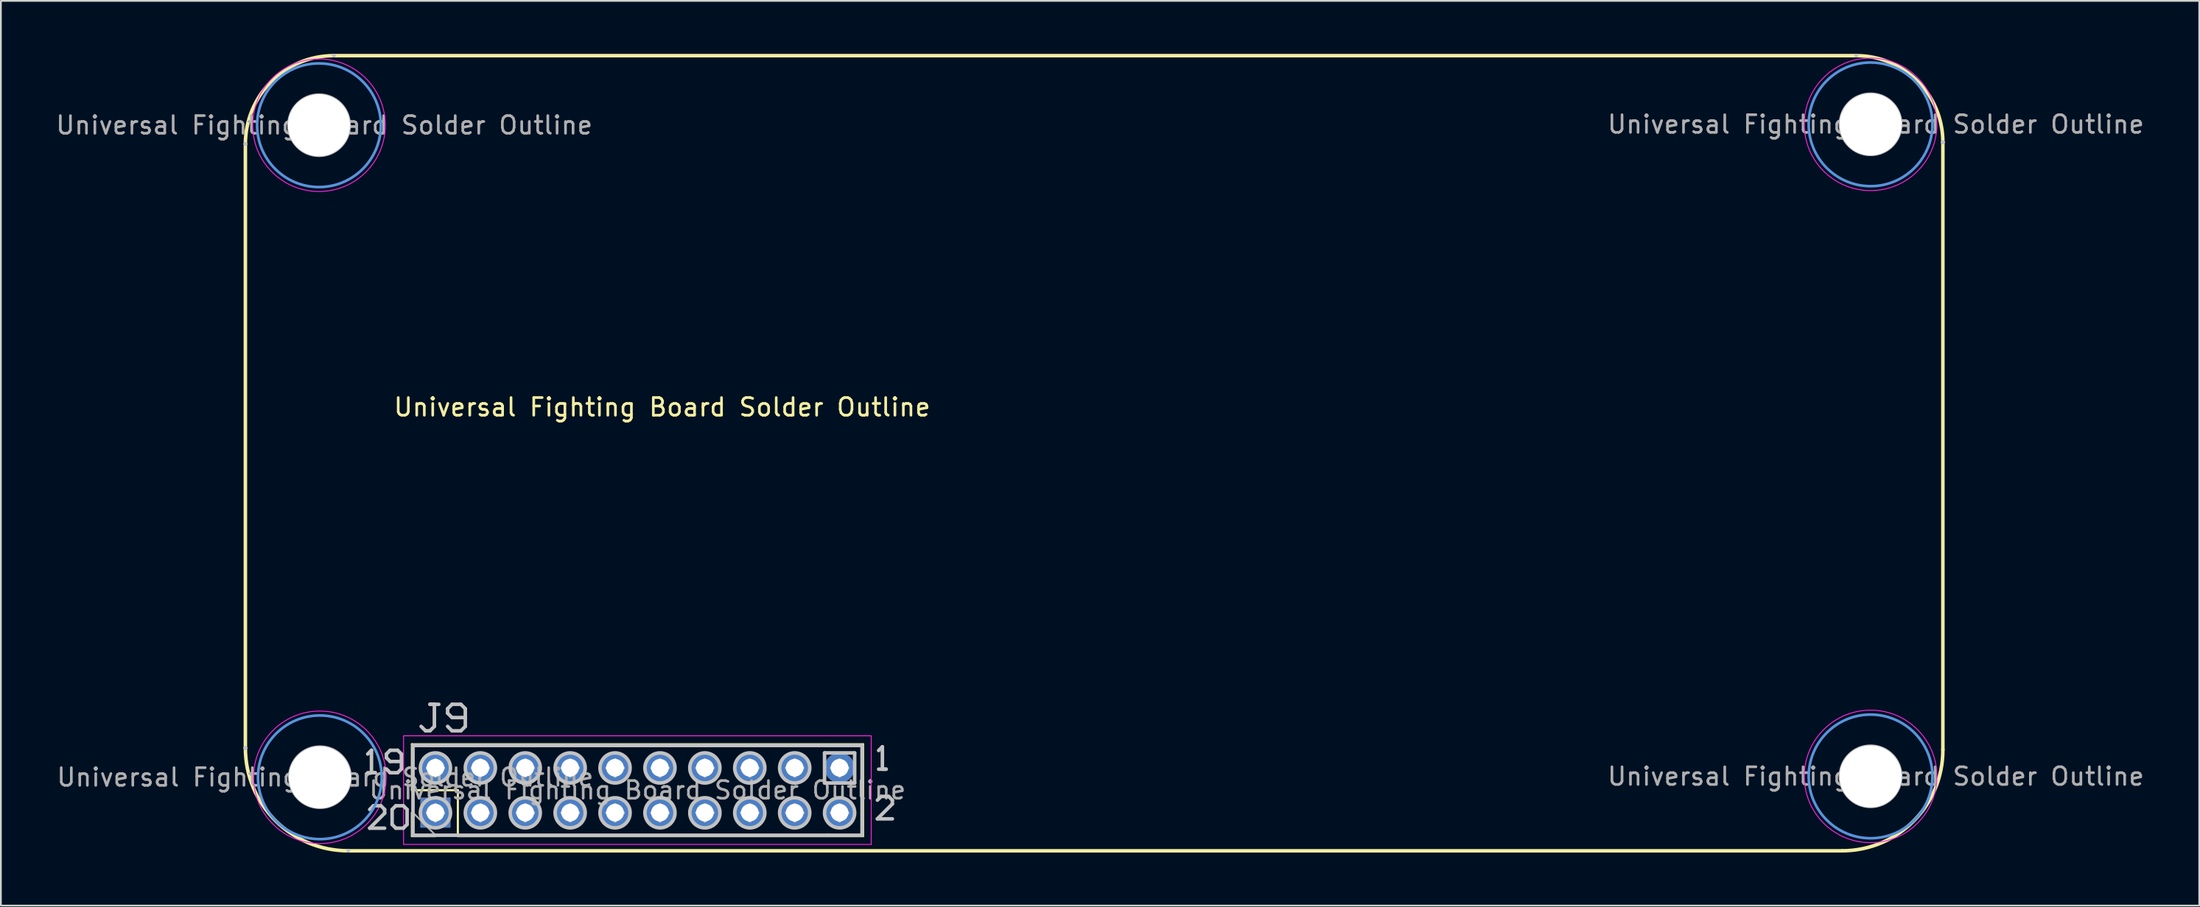
<source format=kicad_pcb>
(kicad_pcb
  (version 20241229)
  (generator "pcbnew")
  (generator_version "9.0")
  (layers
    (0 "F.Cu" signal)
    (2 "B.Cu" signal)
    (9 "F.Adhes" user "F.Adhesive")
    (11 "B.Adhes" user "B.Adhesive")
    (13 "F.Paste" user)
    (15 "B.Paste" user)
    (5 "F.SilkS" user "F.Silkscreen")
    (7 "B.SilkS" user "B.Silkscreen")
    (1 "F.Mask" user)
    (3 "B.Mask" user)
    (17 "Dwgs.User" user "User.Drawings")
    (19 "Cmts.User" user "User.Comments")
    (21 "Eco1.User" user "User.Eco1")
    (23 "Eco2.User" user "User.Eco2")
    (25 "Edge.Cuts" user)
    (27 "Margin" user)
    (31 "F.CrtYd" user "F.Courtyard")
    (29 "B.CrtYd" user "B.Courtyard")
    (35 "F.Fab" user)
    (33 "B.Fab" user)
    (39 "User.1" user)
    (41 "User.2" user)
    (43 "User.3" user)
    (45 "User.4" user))
  (footprint "Universal Fighting Board Solder Outline"
    (layer "F.Cu")
    (at 34.402 20.499)
    (property "Reference" "Universal Fighting Board Solder Outline" (at 0 -0.5 0) (unlocked yes) (layer "F.SilkS") (effects (font (size 1 1) (thickness 0.15))))
    (fp_line (start -23.573 18.793) (end -23.573 -15.395) (stroke (width 0.2) (type solid)) (layer "F.SilkS"))
    (fp_line (start -18.569 -20.399) (end 67.537 -20.399) (stroke (width 0.2) (type solid)) (layer "F.SilkS"))
    (fp_line (start -17.756 24.61) (end 66.749 24.61) (stroke (width 0.2) (type solid)) (layer "F.SilkS"))
    (fp_line (start -14.155 18.58) (end 11.365 18.58) (stroke (width 0.12) (type solid)) (layer "F.SilkS"))
    (fp_line (start -14.155 21.18) (end -14.155 18.58) (stroke (width 0.12) (type solid)) (layer "F.SilkS"))
    (fp_line (start -14.155 23.78) (end -14.155 22.45) (stroke (width 0.12) (type solid)) (layer "F.SilkS"))
    (fp_line (start -12.825 23.78) (end -14.155 23.78) (stroke (width 0.12) (type solid)) (layer "F.SilkS"))
    (fp_line (start -11.555 21.18) (end -14.155 21.18) (stroke (width 0.12) (type solid)) (layer "F.SilkS"))
    (fp_line (start -11.555 23.78) (end -11.555 21.18) (stroke (width 0.12) (type solid)) (layer "F.SilkS"))
    (fp_line (start -11.555 23.78) (end 11.365 23.78) (stroke (width 0.12) (type solid)) (layer "F.SilkS"))
    (fp_line (start 11.365 23.78) (end 11.365 18.58) (stroke (width 0.12) (type solid)) (layer "F.SilkS"))
    (fp_line (start 72.439 18.895) (end 72.439 -15.497) (stroke (width 0.2) (type solid)) (layer "F.SilkS"))
    (fp_arc (start -23.573047 -15.39503) (mid -22.107406 -18.933399) (end -18.569037 -20.39904) (stroke (width 0.2) (type solid)) (layer "F.SilkS"))
    (fp_arc (start -17.756035 24.61005) (mid -21.869284 22.906287) (end -23.573047 18.793038) (stroke (width 0.2) (type solid)) (layer "F.SilkS"))
    (fp_arc (start 67.537135 -20.39904) (mid 71.003379 -18.963275) (end 72.439145 -15.497031) (stroke (width 0.2) (type solid)) (layer "F.SilkS"))
    (fp_arc (start 72.439145 18.895038) (mid 70.777757 22.930983) (end 66.749134 24.61005) (stroke (width 0.2) (type solid)) (layer "F.SilkS"))
    (fp_line (start -23.573 -15.395) (end -23.573 -15.395) (stroke (width 0.2) (type solid)) (layer "Dwgs.User"))
    (fp_line (start -23.573 -15.395) (end -23.573 -15.395) (stroke (width 0.2) (type solid)) (layer "Dwgs.User"))
    (fp_line (start -23.573 -15.395) (end -23.573 -15.395) (stroke (width 0.2) (type solid)) (layer "Dwgs.User"))
    (fp_line (start -23.573 18.793) (end -23.573 18.793) (stroke (width 0.2) (type solid)) (layer "Dwgs.User"))
    (fp_line (start -23.573 18.793) (end -23.573 18.793) (stroke (width 0.2) (type solid)) (layer "Dwgs.User"))
    (fp_line (start -23.573 18.793) (end -23.573 18.793) (stroke (width 0.2) (type solid)) (layer "Dwgs.User"))
    (fp_line (start -23.573 18.793) (end -23.573 18.793) (stroke (width 0.2) (type solid)) (layer "Dwgs.User"))
    (fp_line (start -23.573 18.793) (end -23.573 18.793) (stroke (width 0.2) (type solid)) (layer "Dwgs.User"))
    (fp_line (start -23.573 18.793) (end -23.573 18.793) (stroke (width 0.2) (type solid)) (layer "Dwgs.User"))
    (fp_line (start -21.058 -16.462) (end -17.756 -16.462) (stroke (width 0.2) (type solid)) (layer "Dwgs.User"))
    (fp_line (start -21.008 20.444) (end -17.706 20.444) (stroke (width 0.2) (type solid)) (layer "Dwgs.User"))
    (fp_line (start -19.407 -14.811) (end -19.407 -18.113) (stroke (width 0.2) (type solid)) (layer "Dwgs.User"))
    (fp_line (start -19.357 22.095) (end -19.357 18.793) (stroke (width 0.2) (type solid)) (layer "Dwgs.User"))
    (fp_line (start -18.569 -20.399) (end -18.569 -20.399) (stroke (width 0.2) (type solid)) (layer "Dwgs.User"))
    (fp_line (start -18.569 -20.399) (end -18.569 -20.399) (stroke (width 0.2) (type solid)) (layer "Dwgs.User"))
    (fp_line (start -18.569 -20.399) (end -18.569 -20.399) (stroke (width 0.2) (type solid)) (layer "Dwgs.User"))
    (fp_line (start -18.569 -20.399) (end -18.569 -20.399) (stroke (width 0.2) (type solid)) (layer "Dwgs.User"))
    (fp_line (start -18.569 -20.399) (end -18.569 -20.399) (stroke (width 0.2) (type solid)) (layer "Dwgs.User"))
    (fp_line (start -18.569 -20.399) (end -18.569 -20.399) (stroke (width 0.2) (type solid)) (layer "Dwgs.User"))
    (fp_line (start -17.756 24.61) (end -17.756 24.61) (stroke (width 0.2) (type solid)) (layer "Dwgs.User"))
    (fp_line (start -17.756 24.61) (end -17.756 24.61) (stroke (width 0.2) (type solid)) (layer "Dwgs.User"))
    (fp_line (start -17.756 24.61) (end -17.756 24.61) (stroke (width 0.2) (type solid)) (layer "Dwgs.User"))
    (fp_line (start -16.653 20.19) (end -16.23 20.19) (stroke (width 0.2) (type solid)) (layer "Dwgs.User"))
    (fp_line (start -16.543 23.33) (end -15.697 22.484) (stroke (width 0.2) (type solid)) (layer "Dwgs.User"))
    (fp_line (start -16.441 18.92) (end -16.653 19.132) (stroke (width 0.2) (type solid)) (layer "Dwgs.User"))
    (fp_line (start -16.441 20.19) (end -16.441 18.92) (stroke (width 0.2) (type solid)) (layer "Dwgs.User"))
    (fp_line (start -16.331 22.06) (end -16.543 22.272) (stroke (width 0.2) (type solid)) (layer "Dwgs.User"))
    (fp_line (start -16.23 20.19) (end -16.441 20.19) (stroke (width 0.2) (type solid)) (layer "Dwgs.User"))
    (fp_line (start -15.908 22.06) (end -16.331 22.06) (stroke (width 0.2) (type solid)) (layer "Dwgs.User"))
    (fp_line (start -15.697 22.272) (end -15.908 22.06) (stroke (width 0.2) (type solid)) (layer "Dwgs.User"))
    (fp_line (start -15.697 22.484) (end -15.697 22.272) (stroke (width 0.2) (type solid)) (layer "Dwgs.User"))
    (fp_line (start -15.697 23.33) (end -16.543 23.33) (stroke (width 0.2) (type solid)) (layer "Dwgs.User"))
    (fp_line (start -15.595 19.132) (end -15.595 19.344) (stroke (width 0.2) (type solid)) (layer "Dwgs.User"))
    (fp_line (start -15.595 19.344) (end -15.383 19.555) (stroke (width 0.2) (type solid)) (layer "Dwgs.User"))
    (fp_line (start -15.595 19.978) (end -15.383 20.19) (stroke (width 0.2) (type solid)) (layer "Dwgs.User"))
    (fp_line (start -15.383 18.92) (end -15.595 19.132) (stroke (width 0.2) (type solid)) (layer "Dwgs.User"))
    (fp_line (start -15.383 19.555) (end -14.749 19.555) (stroke (width 0.2) (type solid)) (layer "Dwgs.User"))
    (fp_line (start -15.383 20.19) (end -14.96 20.19) (stroke (width 0.2) (type solid)) (layer "Dwgs.User"))
    (fp_line (start -15.273 22.272) (end -15.062 22.06) (stroke (width 0.2) (type solid)) (layer "Dwgs.User"))
    (fp_line (start -15.273 23.118) (end -15.273 22.272) (stroke (width 0.2) (type solid)) (layer "Dwgs.User"))
    (fp_line (start -15.062 22.06) (end -14.639 22.06) (stroke (width 0.2) (type solid)) (layer "Dwgs.User"))
    (fp_line (start -15.062 23.33) (end -15.273 23.118) (stroke (width 0.2) (type solid)) (layer "Dwgs.User"))
    (fp_line (start -14.96 18.92) (end -15.383 18.92) (stroke (width 0.2) (type solid)) (layer "Dwgs.User"))
    (fp_line (start -14.96 20.19) (end -14.749 19.978) (stroke (width 0.2) (type solid)) (layer "Dwgs.User"))
    (fp_line (start -14.749 19.132) (end -14.96 18.92) (stroke (width 0.2) (type solid)) (layer "Dwgs.User"))
    (fp_line (start -14.749 19.978) (end -14.749 19.132) (stroke (width 0.2) (type solid)) (layer "Dwgs.User"))
    (fp_line (start -14.639 22.06) (end -14.427 22.272) (stroke (width 0.2) (type solid)) (layer "Dwgs.User"))
    (fp_line (start -14.639 23.33) (end -15.062 23.33) (stroke (width 0.2) (type solid)) (layer "Dwgs.User"))
    (fp_line (start -14.427 22.272) (end -14.427 23.118) (stroke (width 0.2) (type solid)) (layer "Dwgs.User"))
    (fp_line (start -14.427 23.118) (end -14.639 23.33) (stroke (width 0.2) (type solid)) (layer "Dwgs.User"))
    (fp_line (start -14.093 18.65) (end 9.402 18.65) (stroke (width 0.2) (type solid)) (layer "Dwgs.User"))
    (fp_line (start -14.093 23.73) (end -14.093 18.65) (stroke (width 0.2) (type solid)) (layer "Dwgs.User"))
    (fp_line (start -14.093 23.73) (end 9.402 23.73) (stroke (width 0.2) (type solid)) (layer "Dwgs.User"))
    (fp_line (start -13.383 17.819) (end -13.633 17.569) (stroke (width 0.2) (type solid)) (layer "Dwgs.User"))
    (fp_line (start -13.273 19.92) (end -12.373 19.92) (stroke (width 0.2) (type solid)) (layer "Dwgs.User"))
    (fp_line (start -13.273 22.46) (end -12.373 22.46) (stroke (width 0.2) (type solid)) (layer "Dwgs.User"))
    (fp_line (start -13.133 16.319) (end -12.883 16.319) (stroke (width 0.2) (type solid)) (layer "Dwgs.User"))
    (fp_line (start -13.133 17.819) (end -13.383 17.819) (stroke (width 0.2) (type solid)) (layer "Dwgs.User"))
    (fp_line (start -12.883 16.319) (end -12.883 17.569) (stroke (width 0.2) (type solid)) (layer "Dwgs.User"))
    (fp_line (start -12.883 17.569) (end -13.133 17.819) (stroke (width 0.2) (type solid)) (layer "Dwgs.User"))
    (fp_line (start -12.823 20.37) (end -12.823 19.47) (stroke (width 0.2) (type solid)) (layer "Dwgs.User"))
    (fp_line (start -12.823 22.91) (end -12.823 22.01) (stroke (width 0.2) (type solid)) (layer "Dwgs.User"))
    (fp_line (start -12.633 16.319) (end -13.133 16.319) (stroke (width 0.2) (type solid)) (layer "Dwgs.User"))
    (fp_line (start -12.134 16.569) (end -12.134 16.819) (stroke (width 0.2) (type solid)) (layer "Dwgs.User"))
    (fp_line (start -12.134 16.819) (end -11.884 17.069) (stroke (width 0.2) (type solid)) (layer "Dwgs.User"))
    (fp_line (start -12.134 17.569) (end -11.884 17.819) (stroke (width 0.2) (type solid)) (layer "Dwgs.User"))
    (fp_line (start -11.884 16.319) (end -12.134 16.569) (stroke (width 0.2) (type solid)) (layer "Dwgs.User"))
    (fp_line (start -11.884 17.069) (end -11.134 17.069) (stroke (width 0.2) (type solid)) (layer "Dwgs.User"))
    (fp_line (start -11.884 17.819) (end -11.384 17.819) (stroke (width 0.2) (type solid)) (layer "Dwgs.User"))
    (fp_line (start -11.384 16.319) (end -11.884 16.319) (stroke (width 0.2) (type solid)) (layer "Dwgs.User"))
    (fp_line (start -11.384 17.819) (end -11.134 17.569) (stroke (width 0.2) (type solid)) (layer "Dwgs.User"))
    (fp_line (start -11.134 16.569) (end -11.384 16.319) (stroke (width 0.2) (type solid)) (layer "Dwgs.User"))
    (fp_line (start -11.134 17.569) (end -11.134 16.569) (stroke (width 0.2) (type solid)) (layer "Dwgs.User"))
    (fp_line (start -10.733 19.92) (end -9.833 19.92) (stroke (width 0.2) (type solid)) (layer "Dwgs.User"))
    (fp_line (start -10.733 22.46) (end -9.833 22.46) (stroke (width 0.2) (type solid)) (layer "Dwgs.User"))
    (fp_line (start -10.283 20.37) (end -10.283 19.47) (stroke (width 0.2) (type solid)) (layer "Dwgs.User"))
    (fp_line (start -10.283 22.91) (end -10.283 22.01) (stroke (width 0.2) (type solid)) (layer "Dwgs.User"))
    (fp_line (start -8.193 19.92) (end -7.293 19.92) (stroke (width 0.2) (type solid)) (layer "Dwgs.User"))
    (fp_line (start -8.193 22.46) (end -7.293 22.46) (stroke (width 0.2) (type solid)) (layer "Dwgs.User"))
    (fp_line (start -7.743 20.37) (end -7.743 19.47) (stroke (width 0.2) (type solid)) (layer "Dwgs.User"))
    (fp_line (start -7.743 22.91) (end -7.743 22.01) (stroke (width 0.2) (type solid)) (layer "Dwgs.User"))
    (fp_line (start -5.653 19.92) (end -4.753 19.92) (stroke (width 0.2) (type solid)) (layer "Dwgs.User"))
    (fp_line (start -5.653 22.46) (end -4.753 22.46) (stroke (width 0.2) (type solid)) (layer "Dwgs.User"))
    (fp_line (start -5.203 20.37) (end -5.203 19.47) (stroke (width 0.2) (type solid)) (layer "Dwgs.User"))
    (fp_line (start -5.203 22.91) (end -5.203 22.01) (stroke (width 0.2) (type solid)) (layer "Dwgs.User"))
    (fp_line (start -3.113 19.92) (end -2.213 19.92) (stroke (width 0.2) (type solid)) (layer "Dwgs.User"))
    (fp_line (start -3.113 22.46) (end -2.213 22.46) (stroke (width 0.2) (type solid)) (layer "Dwgs.User"))
    (fp_line (start -2.663 20.37) (end -2.663 19.47) (stroke (width 0.2) (type solid)) (layer "Dwgs.User"))
    (fp_line (start -2.663 22.91) (end -2.663 22.01) (stroke (width 0.2) (type solid)) (layer "Dwgs.User"))
    (fp_line (start -0.573 19.92) (end 0.327 19.92) (stroke (width 0.2) (type solid)) (layer "Dwgs.User"))
    (fp_line (start -0.573 22.46) (end 0.327 22.46) (stroke (width 0.2) (type solid)) (layer "Dwgs.User"))
    (fp_line (start -0.123 20.37) (end -0.123 19.47) (stroke (width 0.2) (type solid)) (layer "Dwgs.User"))
    (fp_line (start -0.123 22.91) (end -0.123 22.01) (stroke (width 0.2) (type solid)) (layer "Dwgs.User"))
    (fp_line (start 1.967 19.92) (end 2.867 19.92) (stroke (width 0.2) (type solid)) (layer "Dwgs.User"))
    (fp_line (start 1.967 22.46) (end 2.867 22.46) (stroke (width 0.2) (type solid)) (layer "Dwgs.User"))
    (fp_line (start 2.417 20.37) (end 2.417 19.47) (stroke (width 0.2) (type solid)) (layer "Dwgs.User"))
    (fp_line (start 2.417 22.91) (end 2.417 22.01) (stroke (width 0.2) (type solid)) (layer "Dwgs.User"))
    (fp_line (start 4.507 19.92) (end 5.407 19.92) (stroke (width 0.2) (type solid)) (layer "Dwgs.User"))
    (fp_line (start 4.507 22.46) (end 5.407 22.46) (stroke (width 0.2) (type solid)) (layer "Dwgs.User"))
    (fp_line (start 4.957 20.37) (end 4.957 19.47) (stroke (width 0.2) (type solid)) (layer "Dwgs.User"))
    (fp_line (start 4.957 22.91) (end 4.957 22.01) (stroke (width 0.2) (type solid)) (layer "Dwgs.User"))
    (fp_line (start 7.047 19.92) (end 7.947 19.92) (stroke (width 0.2) (type solid)) (layer "Dwgs.User"))
    (fp_line (start 7.047 22.46) (end 7.947 22.46) (stroke (width 0.2) (type solid)) (layer "Dwgs.User"))
    (fp_line (start 7.497 20.37) (end 7.497 19.47) (stroke (width 0.2) (type solid)) (layer "Dwgs.User"))
    (fp_line (start 7.497 22.91) (end 7.497 22.01) (stroke (width 0.2) (type solid)) (layer "Dwgs.User"))
    (fp_line (start 9.186 19.069) (end 9.186 20.772) (stroke (width 0.2) (type solid)) (layer "Dwgs.User"))
    (fp_line (start 9.186 20.772) (end 10.889 20.772) (stroke (width 0.2) (type solid)) (layer "Dwgs.User"))
    (fp_line (start 9.402 18.65) (end 11.307 18.65) (stroke (width 0.2) (type solid)) (layer "Dwgs.User"))
    (fp_line (start 9.402 23.73) (end 11.307 23.73) (stroke (width 0.2) (type solid)) (layer "Dwgs.User"))
    (fp_line (start 9.587 19.92) (end 10.487 19.92) (stroke (width 0.2) (type solid)) (layer "Dwgs.User"))
    (fp_line (start 9.587 22.46) (end 10.487 22.46) (stroke (width 0.2) (type solid)) (layer "Dwgs.User"))
    (fp_line (start 10.037 20.37) (end 10.037 19.47) (stroke (width 0.2) (type solid)) (layer "Dwgs.User"))
    (fp_line (start 10.037 22.91) (end 10.037 22.01) (stroke (width 0.2) (type solid)) (layer "Dwgs.User"))
    (fp_line (start 10.889 19.069) (end 9.186 19.069) (stroke (width 0.2) (type solid)) (layer "Dwgs.User"))
    (fp_line (start 10.889 20.772) (end 10.889 19.069) (stroke (width 0.2) (type solid)) (layer "Dwgs.User"))
    (fp_line (start 11.307 23.73) (end 11.307 18.65) (stroke (width 0.2) (type solid)) (layer "Dwgs.User"))
    (fp_line (start 12.175 22.802) (end 13.021 21.956) (stroke (width 0.2) (type solid)) (layer "Dwgs.User"))
    (fp_line (start 12.245 19.99) (end 12.668 19.99) (stroke (width 0.2) (type solid)) (layer "Dwgs.User"))
    (fp_line (start 12.387 21.533) (end 12.175 21.744) (stroke (width 0.2) (type solid)) (layer "Dwgs.User"))
    (fp_line (start 12.457 18.72) (end 12.245 18.932) (stroke (width 0.2) (type solid)) (layer "Dwgs.User"))
    (fp_line (start 12.457 19.99) (end 12.457 18.72) (stroke (width 0.2) (type solid)) (layer "Dwgs.User"))
    (fp_line (start 12.668 19.99) (end 12.457 19.99) (stroke (width 0.2) (type solid)) (layer "Dwgs.User"))
    (fp_line (start 12.81 21.533) (end 12.387 21.533) (stroke (width 0.2) (type solid)) (layer "Dwgs.User"))
    (fp_line (start 13.021 21.744) (end 12.81 21.533) (stroke (width 0.2) (type solid)) (layer "Dwgs.User"))
    (fp_line (start 13.021 21.956) (end 13.021 21.744) (stroke (width 0.2) (type solid)) (layer "Dwgs.User"))
    (fp_line (start 13.021 22.802) (end 12.175 22.802) (stroke (width 0.2) (type solid)) (layer "Dwgs.User"))
    (fp_line (start 66.699 -16.513) (end 70.001 -16.513) (stroke (width 0.2) (type solid)) (layer "Dwgs.User"))
    (fp_line (start 66.699 20.394) (end 70.001 20.394) (stroke (width 0.2) (type solid)) (layer "Dwgs.User"))
    (fp_line (start 67.537 -20.399) (end 67.537 -20.399) (stroke (width 0.2) (type solid)) (layer "Dwgs.User"))
    (fp_line (start 67.537 -20.399) (end 67.537 -20.399) (stroke (width 0.2) (type solid)) (layer "Dwgs.User"))
    (fp_line (start 67.537 -20.399) (end 67.537 -20.399) (stroke (width 0.2) (type solid)) (layer "Dwgs.User"))
    (fp_line (start 68.35 -14.862) (end 68.35 -18.164) (stroke (width 0.2) (type solid)) (layer "Dwgs.User"))
    (fp_line (start 68.35 22.045) (end 68.35 18.743) (stroke (width 0.2) (type solid)) (layer "Dwgs.User"))
    (fp_line (start 72.439 -15.497) (end 72.439 -15.497) (stroke (width 0.2) (type solid)) (layer "Dwgs.User"))
    (fp_line (start 72.439 -15.497) (end 72.439 -15.497) (stroke (width 0.2) (type solid)) (layer "Dwgs.User"))
    (fp_line (start 72.439 -15.497) (end 72.439 -15.497) (stroke (width 0.2) (type solid)) (layer "Dwgs.User"))
    (fp_line (start 72.439 -15.497) (end 72.439 -15.497) (stroke (width 0.2) (type solid)) (layer "Dwgs.User"))
    (fp_line (start 72.439 -15.497) (end 72.439 -15.497) (stroke (width 0.2) (type solid)) (layer "Dwgs.User"))
    (fp_line (start 72.439 -15.497) (end 72.439 -15.497) (stroke (width 0.2) (type solid)) (layer "Dwgs.User"))
    (fp_circle (center -19.407 -16.462) (end -17.706 -16.462) (stroke (width 0.2) (type solid)) (fill no) (layer "Dwgs.User"))
    (fp_circle (center -19.357 20.444) (end -17.656 20.444) (stroke (width 0.2) (type solid)) (fill no) (layer "Dwgs.User"))
    (fp_circle (center -12.823 19.92) (end -11.972 19.92) (stroke (width 0.2) (type solid)) (fill no) (layer "Dwgs.User"))
    (fp_circle (center -12.823 22.46) (end -11.972 22.46) (stroke (width 0.2) (type solid)) (fill no) (layer "Dwgs.User"))
    (fp_circle (center -10.283 19.92) (end -9.432 19.92) (stroke (width 0.2) (type solid)) (fill no) (layer "Dwgs.User"))
    (fp_circle (center -10.283 22.46) (end -9.432 22.46) (stroke (width 0.2) (type solid)) (fill no) (layer "Dwgs.User"))
    (fp_circle (center -7.743 19.92) (end -6.892 19.92) (stroke (width 0.2) (type solid)) (fill no) (layer "Dwgs.User"))
    (fp_circle (center -7.743 22.46) (end -6.892 22.46) (stroke (width 0.2) (type solid)) (fill no) (layer "Dwgs.User"))
    (fp_circle (center -5.203 19.92) (end -4.352 19.92) (stroke (width 0.2) (type solid)) (fill no) (layer "Dwgs.User"))
    (fp_circle (center -5.203 22.46) (end -4.352 22.46) (stroke (width 0.2) (type solid)) (fill no) (layer "Dwgs.User"))
    (fp_circle (center -2.663 19.92) (end -1.812 19.92) (stroke (width 0.2) (type solid)) (fill no) (layer "Dwgs.User"))
    (fp_circle (center -2.663 22.46) (end -1.812 22.46) (stroke (width 0.2) (type solid)) (fill no) (layer "Dwgs.User"))
    (fp_circle (center -0.123 19.92) (end 0.728 19.92) (stroke (width 0.2) (type solid)) (fill no) (layer "Dwgs.User"))
    (fp_circle (center -0.123 22.46) (end 0.728 22.46) (stroke (width 0.2) (type solid)) (fill no) (layer "Dwgs.User"))
    (fp_circle (center 2.417 19.92) (end 3.269 19.92) (stroke (width 0.2) (type solid)) (fill no) (layer "Dwgs.User"))
    (fp_circle (center 2.417 22.46) (end 3.269 22.46) (stroke (width 0.2) (type solid)) (fill no) (layer "Dwgs.User"))
    (fp_circle (center 4.957 19.92) (end 5.809 19.92) (stroke (width 0.2) (type solid)) (fill no) (layer "Dwgs.User"))
    (fp_circle (center 4.957 22.46) (end 5.809 22.46) (stroke (width 0.2) (type solid)) (fill no) (layer "Dwgs.User"))
    (fp_circle (center 7.497 19.92) (end 8.349 19.92) (stroke (width 0.2) (type solid)) (fill no) (layer "Dwgs.User"))
    (fp_circle (center 7.497 22.46) (end 8.349 22.46) (stroke (width 0.2) (type solid)) (fill no) (layer "Dwgs.User"))
    (fp_circle (center 10.037 22.46) (end 10.889 22.46) (stroke (width 0.2) (type solid)) (fill no) (layer "Dwgs.User"))
    (fp_circle (center 68.35 -16.513) (end 70.051 -16.513) (stroke (width 0.2) (type solid)) (fill no) (layer "Dwgs.User"))
    (fp_circle (center 68.35 20.394) (end 70.051 20.394) (stroke (width 0.2) (type solid)) (fill no) (layer "Dwgs.User"))
    (fp_circle (center -19.41 -16.46) (end -15.91 -16.46) (stroke (width 0.15) (type solid)) (fill no) (layer "Cmts.User"))
    (fp_circle (center -19.36 20.45) (end -15.86 20.45) (stroke (width 0.15) (type solid)) (fill no) (layer "Cmts.User"))
    (fp_circle (center 68.35 -16.51) (end 71.85 -16.51) (stroke (width 0.15) (type solid)) (fill no) (layer "Cmts.User"))
    (fp_circle (center 68.35 20.4) (end 71.85 20.4) (stroke (width 0.15) (type solid)) (fill no) (layer "Cmts.User"))
    (fp_line (start -14.625 18.1) (end -14.625 24.25) (stroke (width 0.05) (type solid)) (layer "F.CrtYd"))
    (fp_line (start -14.625 24.25) (end 11.825 24.25) (stroke (width 0.05) (type solid)) (layer "F.CrtYd"))
    (fp_line (start 11.825 18.1) (end -14.625 18.1) (stroke (width 0.05) (type solid)) (layer "F.CrtYd"))
    (fp_line (start 11.825 24.25) (end 11.825 18.1) (stroke (width 0.05) (type solid)) (layer "F.CrtYd"))
    (fp_circle (center -19.41 -16.46) (end -15.66 -16.46) (stroke (width 0.05) (type solid)) (fill no) (layer "F.CrtYd"))
    (fp_circle (center -19.36 20.45) (end -15.61 20.45) (stroke (width 0.05) (type solid)) (fill no) (layer "F.CrtYd"))
    (fp_circle (center 68.35 -16.51) (end 72.1 -16.51) (stroke (width 0.05) (type solid)) (fill no) (layer "F.CrtYd"))
    (fp_circle (center 68.35 20.4) (end 72.1 20.4) (stroke (width 0.05) (type solid)) (fill no) (layer "F.CrtYd"))
    (fp_line (start -14.095 18.64) (end 11.305 18.64) (stroke (width 0.1) (type solid)) (layer "F.Fab"))
    (fp_line (start -14.095 22.45) (end -14.095 18.64) (stroke (width 0.1) (type solid)) (layer "F.Fab"))
    (fp_line (start -12.825 23.72) (end -14.095 22.45) (stroke (width 0.1) (type solid)) (layer "F.Fab"))
    (fp_line (start 11.305 18.64) (end 11.305 23.72) (stroke (width 0.1) (type solid)) (layer "F.Fab"))
    (fp_line (start 11.305 23.72) (end -12.825 23.72) (stroke (width 0.1) (type solid)) (layer "F.Fab"))
    (fp_text user "${REFERENCE}" (at 68.65 -16.51 0) (layer "F.Fab") (effects (font (size 1 1) (thickness 0.15))))
    (fp_text user "${REFERENCE}" (at -1.395 21.18 180) (layer "F.Fab") (effects (font (size 1 1) (thickness 0.15))))
    (fp_text user "${REFERENCE}" (at 68.65 20.4 0) (layer "F.Fab") (effects (font (size 1 1) (thickness 0.15))))
    (fp_text user "${REFERENCE}" (at -19.11 -16.46 0) (layer "F.Fab") (effects (font (size 1 1) (thickness 0.15))))
    (fp_text user "${REFERENCE}" (at -19.06 20.45 0) (layer "F.Fab") (effects (font (size 1 1) (thickness 0.15))))
    (pad "" np_thru_hole circle (at -19.41 -16.46) (size 3.5 3.5) (drill 3.5) (layers "*.Cu" "*.Mask"))
    (pad "" np_thru_hole circle (at -19.36 20.45) (size 3.5 3.5) (drill 3.5) (layers "*.Cu" "*.Mask"))
    (pad "" np_thru_hole circle (at 68.35 -16.51) (size 3.5 3.5) (drill 3.5) (layers "*.Cu" "*.Mask"))
    (pad "" np_thru_hole circle (at 68.35 20.4) (size 3.5 3.5) (drill 3.5) (layers "*.Cu" "*.Mask"))
    (pad "1" thru_hole rect (at -12.825 22.45 90) (size 1.7 1.7) (drill 1) (layers "*.Cu" "*.Mask"))
    (pad "2" thru_hole oval (at -12.825 19.91 90) (size 1.7 1.7) (drill 1) (layers "*.Cu" "*.Mask"))
    (pad "3" thru_hole oval (at -10.285 22.45 90) (size 1.7 1.7) (drill 1) (layers "*.Cu" "*.Mask"))
    (pad "4" thru_hole oval (at -10.285 19.91 90) (size 1.7 1.7) (drill 1) (layers "*.Cu" "*.Mask"))
    (pad "5" thru_hole oval (at -7.745 22.45 90) (size 1.7 1.7) (drill 1) (layers "*.Cu" "*.Mask"))
    (pad "6" thru_hole oval (at -7.745 19.91 90) (size 1.7 1.7) (drill 1) (layers "*.Cu" "*.Mask"))
    (pad "7" thru_hole oval (at -5.205 22.45 90) (size 1.7 1.7) (drill 1) (layers "*.Cu" "*.Mask"))
    (pad "8" thru_hole oval (at -5.205 19.91 90) (size 1.7 1.7) (drill 1) (layers "*.Cu" "*.Mask"))
    (pad "9" thru_hole oval (at -2.665 22.45 90) (size 1.7 1.7) (drill 1) (layers "*.Cu" "*.Mask"))
    (pad "10" thru_hole oval (at -2.665 19.91 90) (size 1.7 1.7) (drill 1) (layers "*.Cu" "*.Mask"))
    (pad "11" thru_hole oval (at -0.125 22.45 90) (size 1.7 1.7) (drill 1) (layers "*.Cu" "*.Mask"))
    (pad "12" thru_hole oval (at -0.125 19.91 90) (size 1.7 1.7) (drill 1) (layers "*.Cu" "*.Mask"))
    (pad "13" thru_hole oval (at 2.415 22.45 90) (size 1.7 1.7) (drill 1) (layers "*.Cu" "*.Mask"))
    (pad "14" thru_hole oval (at 2.415 19.91 90) (size 1.7 1.7) (drill 1) (layers "*.Cu" "*.Mask"))
    (pad "15" thru_hole oval (at 4.955 22.45 90) (size 1.7 1.7) (drill 1) (layers "*.Cu" "*.Mask"))
    (pad "16" thru_hole oval (at 4.955 19.91 90) (size 1.7 1.7) (drill 1) (layers "*.Cu" "*.Mask"))
    (pad "17" thru_hole oval (at 7.495 22.45 90) (size 1.7 1.7) (drill 1) (layers "*.Cu" "*.Mask"))
    (pad "18" thru_hole oval (at 7.495 19.91 90) (size 1.7 1.7) (drill 1) (layers "*.Cu" "*.Mask"))
    (pad "19" thru_hole oval (at 10.035 22.45 90) (size 1.7 1.7) (drill 1) (layers "*.Cu" "*.Mask"))
    (pad "20" thru_hole oval (at 10.035 19.91 90) (size 1.7 1.7) (drill 1) (layers "*.Cu" "*.Mask")))
  (gr_rect
    (start -3 -3)
    (end 121.343 48.209)
    (stroke (width 0.1) (type default))
    (fill no)
    (layer "Edge.Cuts")))
</source>
